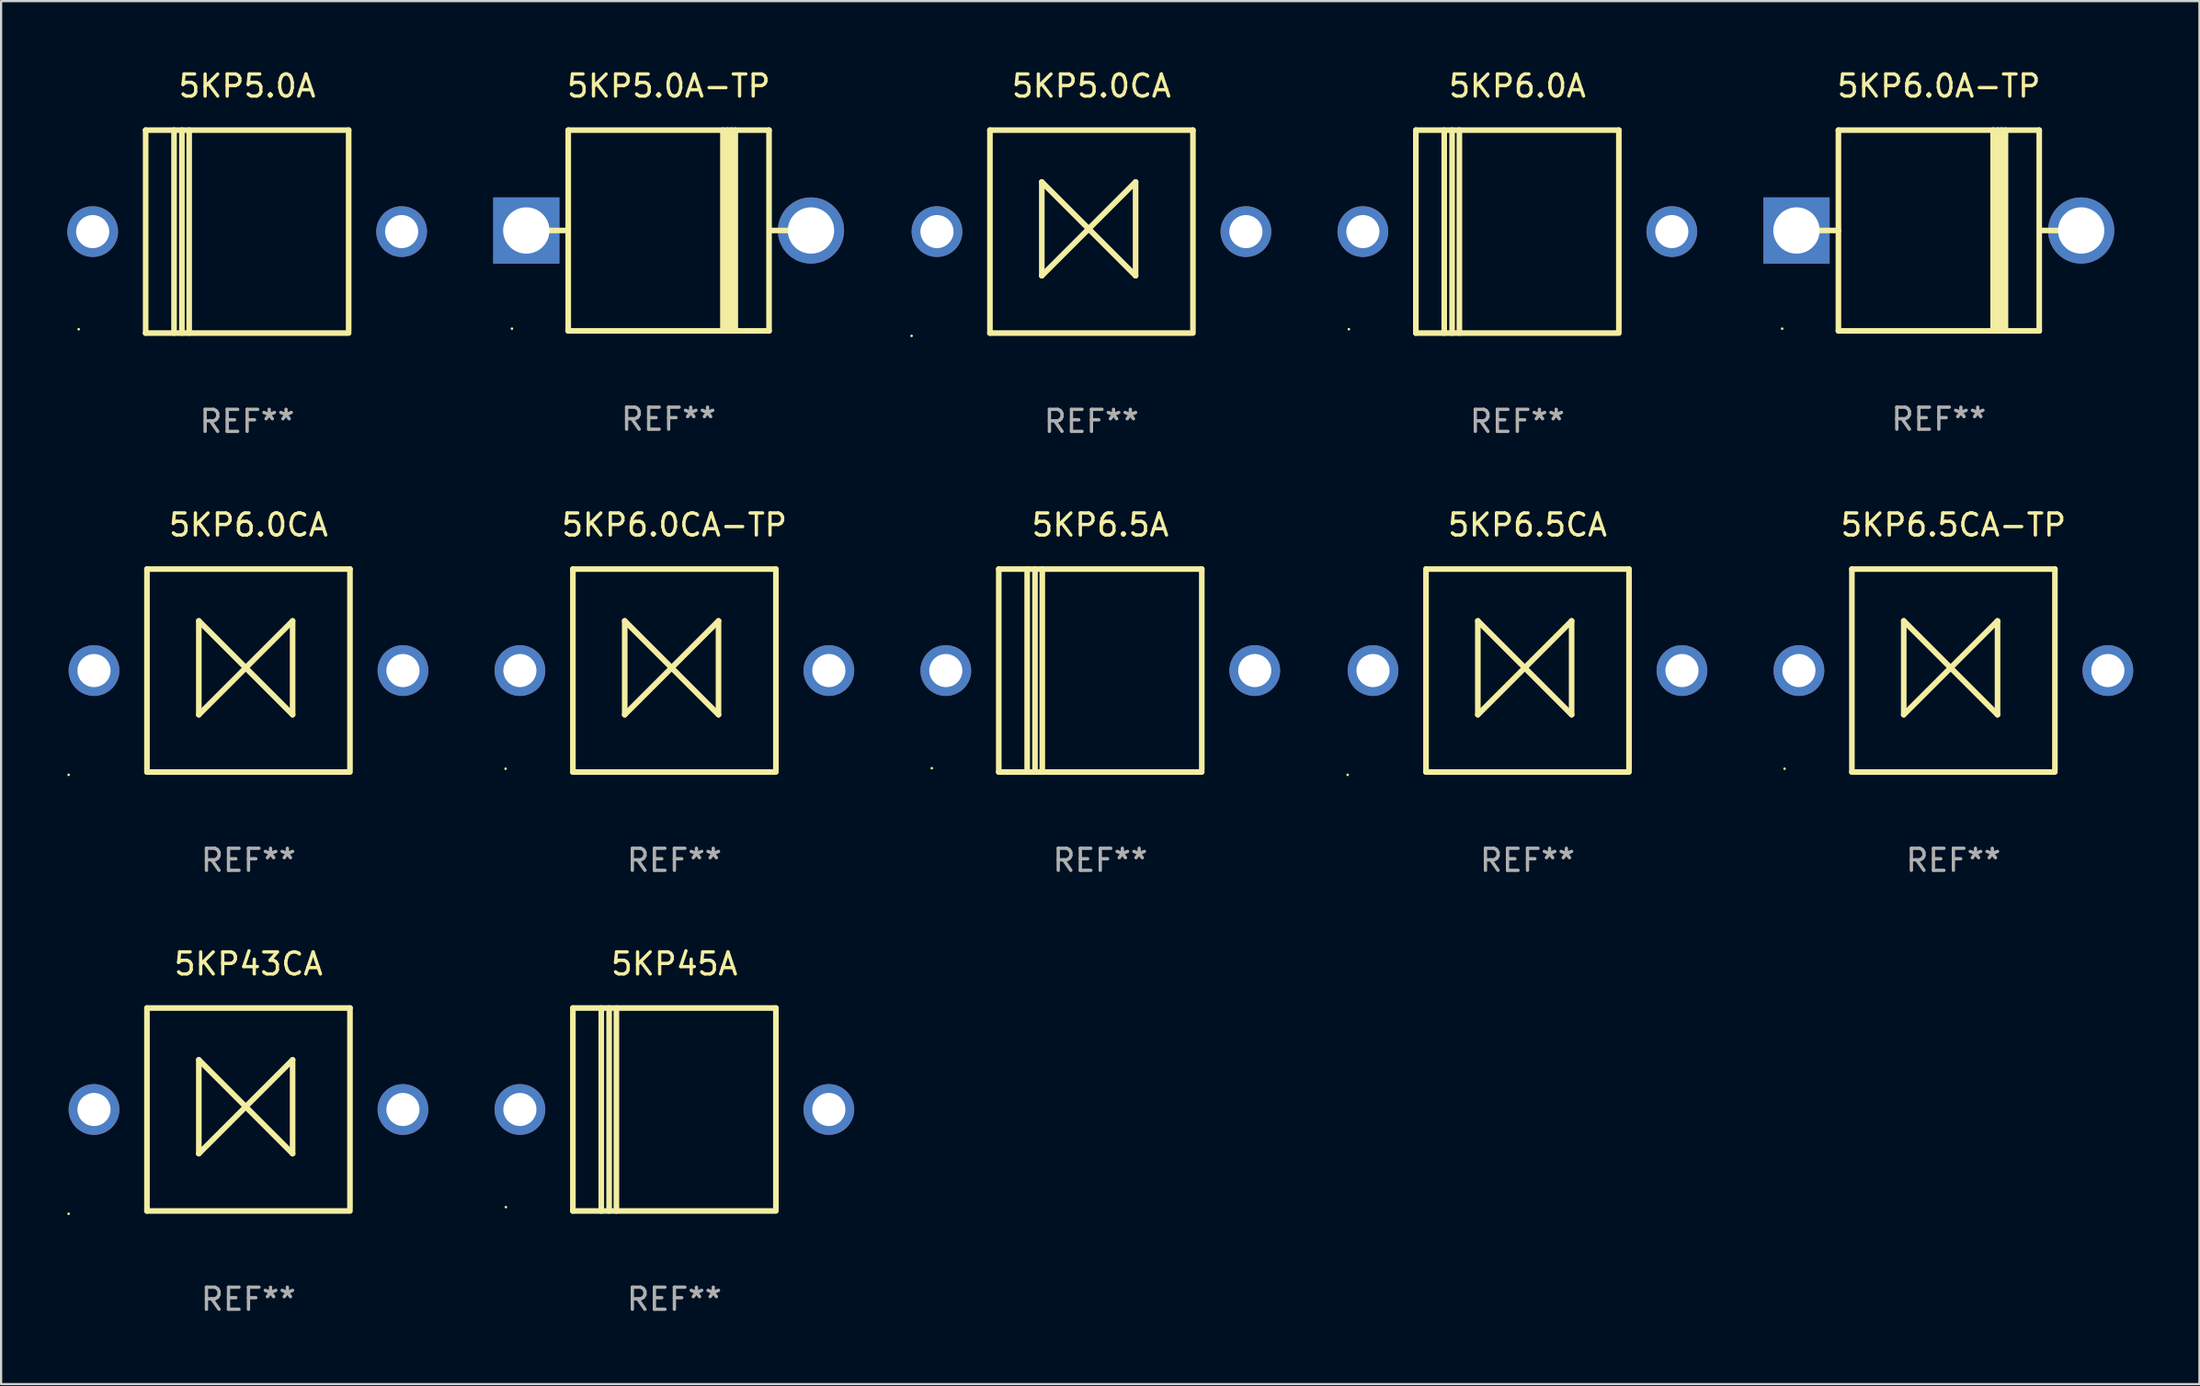
<source format=kicad_pcb>
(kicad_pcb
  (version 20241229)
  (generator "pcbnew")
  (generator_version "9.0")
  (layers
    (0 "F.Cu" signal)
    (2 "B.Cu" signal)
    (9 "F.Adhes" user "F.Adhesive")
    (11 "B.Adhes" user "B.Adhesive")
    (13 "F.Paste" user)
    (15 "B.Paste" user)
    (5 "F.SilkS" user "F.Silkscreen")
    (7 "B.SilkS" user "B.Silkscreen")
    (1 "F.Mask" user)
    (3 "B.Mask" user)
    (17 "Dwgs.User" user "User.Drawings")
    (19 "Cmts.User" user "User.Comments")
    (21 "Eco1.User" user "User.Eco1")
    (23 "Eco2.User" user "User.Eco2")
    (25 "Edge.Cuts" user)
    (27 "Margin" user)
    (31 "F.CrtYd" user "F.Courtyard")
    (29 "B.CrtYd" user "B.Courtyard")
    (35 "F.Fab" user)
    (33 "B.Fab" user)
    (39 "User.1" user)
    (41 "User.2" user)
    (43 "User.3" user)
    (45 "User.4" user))
  (footprint "5KP6.0CA-TP"
    (layer "F.Cu")
    (at 27.51 27.345)
    (property "Reference" "5KP6.0CA-TP" (at 0 -6.6 0) (layer "F.SilkS") (effects (font (size 1 1) (thickness 0.15))))
    (attr through_hole)
    (fp_line (start -4.6 -4.6) (end -4.6 4.6) (stroke (width 0.254) (type solid)) (layer "F.SilkS"))
    (fp_line (start -4.6 -4.6) (end 4.6 -4.6) (stroke (width 0.254) (type solid)) (layer "F.SilkS"))
    (fp_line (start -4.6 4.6) (end 4.6 4.6) (stroke (width 0.254) (type solid)) (layer "F.SilkS"))
    (fp_line (start -2.25 -2.25) (end -2.25 2) (stroke (width 0.254) (type solid)) (layer "F.SilkS"))
    (fp_line (start -2.25 2) (end 2 -2.25) (stroke (width 0.254) (type solid)) (layer "F.SilkS"))
    (fp_line (start 2 -2.25) (end 2 2) (stroke (width 0.254) (type solid)) (layer "F.SilkS"))
    (fp_line (start 2 2) (end -2.25 -2.25) (stroke (width 0.254) (type solid)) (layer "F.SilkS"))
    (fp_line (start 4.6 -4.6) (end 4.6 4.5) (stroke (width 0.254) (type solid)) (layer "F.SilkS"))
    (fp_circle (center -7.65 4.45) (end -7.62 4.45) (stroke (width 0.06) (type solid)) (fill no) (layer "F.SilkS"))
    (fp_text user "REF**" (at 0 8.6 0) (layer "F.Fab") (effects (font (size 1 1) (thickness 0.15))))
    (pad "1" thru_hole circle (at -7 0) (size 2.3 2.3) (drill 1.5) (layers "*.Cu" "*.Mask"))
    (pad "2" thru_hole circle (at 7 0) (size 2.3 2.3) (drill 1.5) (layers "*.Cu" "*.Mask")))
  (footprint "5KP6.0A"
    (layer "F.Cu")
    (at 65.71 7.448)
    (property "Reference" "5KP6.0A" (at 0 -6.6 0) (layer "F.SilkS") (effects (font (size 1 1) (thickness 0.15))))
    (attr through_hole)
    (fp_line (start -4.6 -4.6) (end -4.6 4.6) (stroke (width 0.254) (type solid)) (layer "F.SilkS"))
    (fp_line (start -4.6 -4.6) (end 4.6 -4.6) (stroke (width 0.254) (type solid)) (layer "F.SilkS"))
    (fp_line (start -4.6 4.6) (end 4.6 4.6) (stroke (width 0.254) (type solid)) (layer "F.SilkS"))
    (fp_line (start -3.313 -4.6) (end -3.313 4.6) (stroke (width 0.254) (type solid)) (layer "F.SilkS"))
    (fp_line (start -2.957 -4.6) (end -2.957 4.6) (stroke (width 0.254) (type solid)) (layer "F.SilkS"))
    (fp_line (start -2.627 -4.6) (end -2.627 4.6) (stroke (width 0.254) (type solid)) (layer "F.SilkS"))
    (fp_line (start 4.6 -4.6) (end 4.6 4.5) (stroke (width 0.254) (type solid)) (layer "F.SilkS"))
    (fp_circle (center -7.635 4.425) (end -7.605 4.425) (stroke (width 0.06) (type solid)) (fill no) (layer "F.SilkS"))
    (fp_text user "REF**" (at 0 8.6 0) (layer "F.Fab") (effects (font (size 1 1) (thickness 0.15))))
    (pad "1" thru_hole circle (at -7 0) (size 2.3 2.3) (drill 1.5) (layers "*.Cu" "*.Mask"))
    (pad "2" thru_hole circle (at 7 0) (size 2.3 2.3) (drill 1.5) (layers "*.Cu" "*.Mask")))
  (footprint "5KP5.0A-TP"
    (layer "F.Cu")
    (at 27.25 7.399)
    (property "Reference" "5KP5.0A-TP" (at 0 -6.551 0) (layer "F.SilkS") (effects (font (size 1 1) (thickness 0.15))))
    (attr through_hole)
    (fp_line (start -5.6 -0.001) (end -4.55 -0.001) (stroke (width 0.254) (type solid)) (layer "F.SilkS"))
    (fp_line (start -4.55 -4.551) (end -4.55 4.55) (stroke (width 0.254) (type solid)) (layer "F.SilkS"))
    (fp_line (start -4.55 -4.551) (end 4.55 -4.551) (stroke (width 0.254) (type solid)) (layer "F.SilkS"))
    (fp_line (start 2.46 4.55) (end 2.46 -4.551) (stroke (width 0.254) (type solid)) (layer "F.SilkS"))
    (fp_line (start 2.67 4.55) (end 2.67 -4.551) (stroke (width 0.254) (type solid)) (layer "F.SilkS"))
    (fp_line (start 2.841 4.551) (end 2.841 -4.55) (stroke (width 0.254) (type solid)) (layer "F.SilkS"))
    (fp_line (start 3.02 4.55) (end 3.02 -4.551) (stroke (width 0.254) (type solid)) (layer "F.SilkS"))
    (fp_line (start 4.55 4.55) (end 4.55 -4.551) (stroke (width 0.254) (type solid)) (layer "F.SilkS"))
    (fp_line (start 4.55 4.549) (end -4.55 4.549) (stroke (width 0.254) (type solid)) (layer "F.SilkS"))
    (fp_line (start 4.58 -0.001) (end 5.6 -0.001) (stroke (width 0.254) (type solid)) (layer "F.SilkS"))
    (fp_circle (center -7.1 4.449) (end -7.07 4.449) (stroke (width 0.06) (type solid)) (fill no) (layer "F.SilkS"))
    (fp_text user "REF**" (at 0 8.551 0) (layer "F.Fab") (effects (font (size 1 1) (thickness 0.15))))
    (pad "1" thru_hole rect (at -6.45 -0.001 180) (size 3 3) (drill 2.1) (layers "*.Cu" "*.Mask"))
    (pad "2" thru_hole circle (at 6.45 -0.001) (size 3 3) (drill 2.1) (layers "*.Cu" "*.Mask")))
  (footprint "5KP5.0CA"
    (layer "F.Cu")
    (at 46.41 7.448)
    (property "Reference" "5KP5.0CA" (at 0 -6.6 0) (layer "F.SilkS") (effects (font (size 1 1) (thickness 0.15))))
    (attr through_hole)
    (fp_line (start -4.6 -4.6) (end -4.6 4.6) (stroke (width 0.254) (type solid)) (layer "F.SilkS"))
    (fp_line (start -4.6 -4.6) (end 4.6 -4.6) (stroke (width 0.254) (type solid)) (layer "F.SilkS"))
    (fp_line (start -4.6 4.6) (end 4.6 4.6) (stroke (width 0.254) (type solid)) (layer "F.SilkS"))
    (fp_line (start -2.25 -2.25) (end -2.25 2) (stroke (width 0.254) (type solid)) (layer "F.SilkS"))
    (fp_line (start -2.25 2) (end 2 -2.25) (stroke (width 0.254) (type solid)) (layer "F.SilkS"))
    (fp_line (start 2 -2.25) (end 2 2) (stroke (width 0.254) (type solid)) (layer "F.SilkS"))
    (fp_line (start 2 2) (end -2.25 -2.25) (stroke (width 0.254) (type solid)) (layer "F.SilkS"))
    (fp_line (start 4.6 -4.6) (end 4.6 4.5) (stroke (width 0.254) (type solid)) (layer "F.SilkS"))
    (fp_circle (center -8.15 4.727) (end -8.12 4.727) (stroke (width 0.06) (type solid)) (fill no) (layer "F.SilkS"))
    (fp_text user "REF**" (at 0 8.6 0) (layer "F.Fab") (effects (font (size 1 1) (thickness 0.15))))
    (pad "1" thru_hole circle (at -7 0) (size 2.3 2.3) (drill 1.5) (layers "*.Cu" "*.Mask"))
    (pad "2" thru_hole circle (at 7 0) (size 2.3 2.3) (drill 1.5) (layers "*.Cu" "*.Mask")))
  (footprint "5KP43CA"
    (layer "F.Cu")
    (at 8.21 47.241)
    (property "Reference" "5KP43CA" (at 0 -6.6 0) (layer "F.SilkS") (effects (font (size 1 1) (thickness 0.15))))
    (attr through_hole)
    (fp_line (start -4.6 -4.6) (end -4.6 4.6) (stroke (width 0.254) (type solid)) (layer "F.SilkS"))
    (fp_line (start -4.6 -4.6) (end 4.6 -4.6) (stroke (width 0.254) (type solid)) (layer "F.SilkS"))
    (fp_line (start -4.6 4.6) (end 4.6 4.6) (stroke (width 0.254) (type solid)) (layer "F.SilkS"))
    (fp_line (start -2.25 -2.25) (end -2.25 2) (stroke (width 0.254) (type solid)) (layer "F.SilkS"))
    (fp_line (start -2.25 2) (end 2 -2.25) (stroke (width 0.254) (type solid)) (layer "F.SilkS"))
    (fp_line (start 2 -2.25) (end 2 2) (stroke (width 0.254) (type solid)) (layer "F.SilkS"))
    (fp_line (start 2 2) (end -2.25 -2.25) (stroke (width 0.254) (type solid)) (layer "F.SilkS"))
    (fp_line (start 4.6 -4.6) (end 4.6 4.5) (stroke (width 0.254) (type solid)) (layer "F.SilkS"))
    (fp_circle (center -8.15 4.727) (end -8.12 4.727) (stroke (width 0.06) (type solid)) (fill no) (layer "F.SilkS"))
    (fp_text user "REF**" (at 0 8.6 0) (layer "F.Fab") (effects (font (size 1 1) (thickness 0.15))))
    (pad "1" thru_hole circle (at -7 0) (size 2.3 2.3) (drill 1.5) (layers "*.Cu" "*.Mask"))
    (pad "2" thru_hole circle (at 7 0) (size 2.3 2.3) (drill 1.5) (layers "*.Cu" "*.Mask")))
  (footprint "5KP6.0A-TP"
    (layer "F.Cu")
    (at 84.81 7.399)
    (property "Reference" "5KP6.0A-TP" (at 0 -6.551 0) (layer "F.SilkS") (effects (font (size 1 1) (thickness 0.15))))
    (attr through_hole)
    (fp_line (start -5.6 -0.001) (end -4.55 -0.001) (stroke (width 0.254) (type solid)) (layer "F.SilkS"))
    (fp_line (start -4.55 -4.551) (end -4.55 4.55) (stroke (width 0.254) (type solid)) (layer "F.SilkS"))
    (fp_line (start -4.55 -4.551) (end 4.55 -4.551) (stroke (width 0.254) (type solid)) (layer "F.SilkS"))
    (fp_line (start 2.46 4.55) (end 2.46 -4.551) (stroke (width 0.254) (type solid)) (layer "F.SilkS"))
    (fp_line (start 2.67 4.55) (end 2.67 -4.551) (stroke (width 0.254) (type solid)) (layer "F.SilkS"))
    (fp_line (start 2.841 4.551) (end 2.841 -4.55) (stroke (width 0.254) (type solid)) (layer "F.SilkS"))
    (fp_line (start 3.02 4.55) (end 3.02 -4.551) (stroke (width 0.254) (type solid)) (layer "F.SilkS"))
    (fp_line (start 4.55 4.55) (end 4.55 -4.551) (stroke (width 0.254) (type solid)) (layer "F.SilkS"))
    (fp_line (start 4.55 4.549) (end -4.55 4.549) (stroke (width 0.254) (type solid)) (layer "F.SilkS"))
    (fp_line (start 4.58 -0.001) (end 5.6 -0.001) (stroke (width 0.254) (type solid)) (layer "F.SilkS"))
    (fp_circle (center -7.1 4.449) (end -7.07 4.449) (stroke (width 0.06) (type solid)) (fill no) (layer "F.SilkS"))
    (fp_text user "REF**" (at 0 8.551 0) (layer "F.Fab") (effects (font (size 1 1) (thickness 0.15))))
    (pad "1" thru_hole rect (at -6.45 -0.001 180) (size 3 3) (drill 2.1) (layers "*.Cu" "*.Mask"))
    (pad "2" thru_hole circle (at 6.45 -0.001) (size 3 3) (drill 2.1) (layers "*.Cu" "*.Mask")))
  (footprint "5KP6.5CA"
    (layer "F.Cu")
    (at 66.17 27.345)
    (property "Reference" "5KP6.5CA" (at 0 -6.6 0) (layer "F.SilkS") (effects (font (size 1 1) (thickness 0.15))))
    (attr through_hole)
    (fp_line (start -4.6 -4.6) (end -4.6 4.6) (stroke (width 0.254) (type solid)) (layer "F.SilkS"))
    (fp_line (start -4.6 -4.6) (end 4.6 -4.6) (stroke (width 0.254) (type solid)) (layer "F.SilkS"))
    (fp_line (start -4.6 4.6) (end 4.6 4.6) (stroke (width 0.254) (type solid)) (layer "F.SilkS"))
    (fp_line (start -2.25 -2.25) (end -2.25 2) (stroke (width 0.254) (type solid)) (layer "F.SilkS"))
    (fp_line (start -2.25 2) (end 2 -2.25) (stroke (width 0.254) (type solid)) (layer "F.SilkS"))
    (fp_line (start 2 -2.25) (end 2 2) (stroke (width 0.254) (type solid)) (layer "F.SilkS"))
    (fp_line (start 2 2) (end -2.25 -2.25) (stroke (width 0.254) (type solid)) (layer "F.SilkS"))
    (fp_line (start 4.6 -4.6) (end 4.6 4.5) (stroke (width 0.254) (type solid)) (layer "F.SilkS"))
    (fp_circle (center -8.15 4.727) (end -8.12 4.727) (stroke (width 0.06) (type solid)) (fill no) (layer "F.SilkS"))
    (fp_text user "REF**" (at 0 8.6 0) (layer "F.Fab") (effects (font (size 1 1) (thickness 0.15))))
    (pad "1" thru_hole circle (at -7 0) (size 2.3 2.3) (drill 1.5) (layers "*.Cu" "*.Mask"))
    (pad "2" thru_hole circle (at 7 0) (size 2.3 2.3) (drill 1.5) (layers "*.Cu" "*.Mask")))
  (footprint "5KP6.5A"
    (layer "F.Cu")
    (at 46.81 27.345)
    (property "Reference" "5KP6.5A" (at 0 -6.6 0) (layer "F.SilkS") (effects (font (size 1 1) (thickness 0.15))))
    (attr through_hole)
    (fp_line (start -4.6 -4.6) (end -4.6 4.6) (stroke (width 0.254) (type solid)) (layer "F.SilkS"))
    (fp_line (start -4.6 -4.6) (end 4.6 -4.6) (stroke (width 0.254) (type solid)) (layer "F.SilkS"))
    (fp_line (start -4.6 4.6) (end 4.6 4.6) (stroke (width 0.254) (type solid)) (layer "F.SilkS"))
    (fp_line (start -3.313 -4.6) (end -3.313 4.6) (stroke (width 0.254) (type solid)) (layer "F.SilkS"))
    (fp_line (start -2.957 -4.6) (end -2.957 4.6) (stroke (width 0.254) (type solid)) (layer "F.SilkS"))
    (fp_line (start -2.627 -4.6) (end -2.627 4.6) (stroke (width 0.254) (type solid)) (layer "F.SilkS"))
    (fp_line (start 4.6 -4.6) (end 4.6 4.5) (stroke (width 0.254) (type solid)) (layer "F.SilkS"))
    (fp_circle (center -7.635 4.425) (end -7.605 4.425) (stroke (width 0.06) (type solid)) (fill no) (layer "F.SilkS"))
    (fp_text user "REF**" (at 0 8.6 0) (layer "F.Fab") (effects (font (size 1 1) (thickness 0.15))))
    (pad "1" thru_hole circle (at -7 0) (size 2.3 2.3) (drill 1.5) (layers "*.Cu" "*.Mask"))
    (pad "2" thru_hole circle (at 7 0) (size 2.3 2.3) (drill 1.5) (layers "*.Cu" "*.Mask")))
  (footprint "5KP6.5CA-TP"
    (layer "F.Cu")
    (at 85.47 27.345)
    (property "Reference" "5KP6.5CA-TP" (at 0 -6.6 0) (layer "F.SilkS") (effects (font (size 1 1) (thickness 0.15))))
    (attr through_hole)
    (fp_line (start -4.6 -4.6) (end -4.6 4.6) (stroke (width 0.254) (type solid)) (layer "F.SilkS"))
    (fp_line (start -4.6 -4.6) (end 4.6 -4.6) (stroke (width 0.254) (type solid)) (layer "F.SilkS"))
    (fp_line (start -4.6 4.6) (end 4.6 4.6) (stroke (width 0.254) (type solid)) (layer "F.SilkS"))
    (fp_line (start -2.25 -2.25) (end -2.25 2) (stroke (width 0.254) (type solid)) (layer "F.SilkS"))
    (fp_line (start -2.25 2) (end 2 -2.25) (stroke (width 0.254) (type solid)) (layer "F.SilkS"))
    (fp_line (start 2 -2.25) (end 2 2) (stroke (width 0.254) (type solid)) (layer "F.SilkS"))
    (fp_line (start 2 2) (end -2.25 -2.25) (stroke (width 0.254) (type solid)) (layer "F.SilkS"))
    (fp_line (start 4.6 -4.6) (end 4.6 4.5) (stroke (width 0.254) (type solid)) (layer "F.SilkS"))
    (fp_circle (center -7.65 4.45) (end -7.62 4.45) (stroke (width 0.06) (type solid)) (fill no) (layer "F.SilkS"))
    (fp_text user "REF**" (at 0 8.6 0) (layer "F.Fab") (effects (font (size 1 1) (thickness 0.15))))
    (pad "1" thru_hole circle (at -7 0) (size 2.3 2.3) (drill 1.5) (layers "*.Cu" "*.Mask"))
    (pad "2" thru_hole circle (at 7 0) (size 2.3 2.3) (drill 1.5) (layers "*.Cu" "*.Mask")))
  (footprint "5KP6.0CA"
    (layer "F.Cu")
    (at 8.21 27.345)
    (property "Reference" "5KP6.0CA" (at 0 -6.6 0) (layer "F.SilkS") (effects (font (size 1 1) (thickness 0.15))))
    (attr through_hole)
    (fp_line (start -4.6 -4.6) (end -4.6 4.6) (stroke (width 0.254) (type solid)) (layer "F.SilkS"))
    (fp_line (start -4.6 -4.6) (end 4.6 -4.6) (stroke (width 0.254) (type solid)) (layer "F.SilkS"))
    (fp_line (start -4.6 4.6) (end 4.6 4.6) (stroke (width 0.254) (type solid)) (layer "F.SilkS"))
    (fp_line (start -2.25 -2.25) (end -2.25 2) (stroke (width 0.254) (type solid)) (layer "F.SilkS"))
    (fp_line (start -2.25 2) (end 2 -2.25) (stroke (width 0.254) (type solid)) (layer "F.SilkS"))
    (fp_line (start 2 -2.25) (end 2 2) (stroke (width 0.254) (type solid)) (layer "F.SilkS"))
    (fp_line (start 2 2) (end -2.25 -2.25) (stroke (width 0.254) (type solid)) (layer "F.SilkS"))
    (fp_line (start 4.6 -4.6) (end 4.6 4.5) (stroke (width 0.254) (type solid)) (layer "F.SilkS"))
    (fp_circle (center -8.15 4.727) (end -8.12 4.727) (stroke (width 0.06) (type solid)) (fill no) (layer "F.SilkS"))
    (fp_text user "REF**" (at 0 8.6 0) (layer "F.Fab") (effects (font (size 1 1) (thickness 0.15))))
    (pad "1" thru_hole circle (at -7 0) (size 2.3 2.3) (drill 1.5) (layers "*.Cu" "*.Mask"))
    (pad "2" thru_hole circle (at 7 0) (size 2.3 2.3) (drill 1.5) (layers "*.Cu" "*.Mask")))
  (footprint "5KP45A"
    (layer "F.Cu")
    (at 27.51 47.241)
    (property "Reference" "5KP45A" (at 0 -6.6 0) (layer "F.SilkS") (effects (font (size 1 1) (thickness 0.15))))
    (attr through_hole)
    (fp_line (start -4.6 -4.6) (end -4.6 4.6) (stroke (width 0.254) (type solid)) (layer "F.SilkS"))
    (fp_line (start -4.6 -4.6) (end 4.6 -4.6) (stroke (width 0.254) (type solid)) (layer "F.SilkS"))
    (fp_line (start -4.6 4.6) (end 4.6 4.6) (stroke (width 0.254) (type solid)) (layer "F.SilkS"))
    (fp_line (start -3.313 -4.6) (end -3.313 4.6) (stroke (width 0.254) (type solid)) (layer "F.SilkS"))
    (fp_line (start -2.957 -4.6) (end -2.957 4.6) (stroke (width 0.254) (type solid)) (layer "F.SilkS"))
    (fp_line (start -2.627 -4.6) (end -2.627 4.6) (stroke (width 0.254) (type solid)) (layer "F.SilkS"))
    (fp_line (start 4.6 -4.6) (end 4.6 4.5) (stroke (width 0.254) (type solid)) (layer "F.SilkS"))
    (fp_circle (center -7.635 4.425) (end -7.605 4.425) (stroke (width 0.06) (type solid)) (fill no) (layer "F.SilkS"))
    (fp_text user "REF**" (at 0 8.6 0) (layer "F.Fab") (effects (font (size 1 1) (thickness 0.15))))
    (pad "1" thru_hole circle (at -7 0) (size 2.3 2.3) (drill 1.5) (layers "*.Cu" "*.Mask"))
    (pad "2" thru_hole circle (at 7 0) (size 2.3 2.3) (drill 1.5) (layers "*.Cu" "*.Mask")))
  (footprint "5KP5.0A"
    (layer "F.Cu")
    (at 8.15 7.448)
    (property "Reference" "5KP5.0A" (at 0 -6.6 0) (layer "F.SilkS") (effects (font (size 1 1) (thickness 0.15))))
    (attr through_hole)
    (fp_line (start -4.6 -4.6) (end -4.6 4.6) (stroke (width 0.254) (type solid)) (layer "F.SilkS"))
    (fp_line (start -4.6 -4.6) (end 4.6 -4.6) (stroke (width 0.254) (type solid)) (layer "F.SilkS"))
    (fp_line (start -4.6 4.6) (end 4.6 4.6) (stroke (width 0.254) (type solid)) (layer "F.SilkS"))
    (fp_line (start -3.313 -4.6) (end -3.313 4.6) (stroke (width 0.254) (type solid)) (layer "F.SilkS"))
    (fp_line (start -2.957 -4.6) (end -2.957 4.6) (stroke (width 0.254) (type solid)) (layer "F.SilkS"))
    (fp_line (start -2.627 -4.6) (end -2.627 4.6) (stroke (width 0.254) (type solid)) (layer "F.SilkS"))
    (fp_line (start 4.6 -4.6) (end 4.6 4.5) (stroke (width 0.254) (type solid)) (layer "F.SilkS"))
    (fp_circle (center -7.635 4.425) (end -7.605 4.425) (stroke (width 0.06) (type solid)) (fill no) (layer "F.SilkS"))
    (fp_text user "REF**" (at 0 8.6 0) (layer "F.Fab") (effects (font (size 1 1) (thickness 0.15))))
    (pad "1" thru_hole circle (at -7 0) (size 2.3 2.3) (drill 1.5) (layers "*.Cu" "*.Mask"))
    (pad "2" thru_hole circle (at 7 0) (size 2.3 2.3) (drill 1.5) (layers "*.Cu" "*.Mask")))
  (gr_rect
    (start -3 -3)
    (end 96.62 59.69)
    (stroke (width 0.1) (type default))
    (fill no)
    (layer "Edge.Cuts")))
</source>
